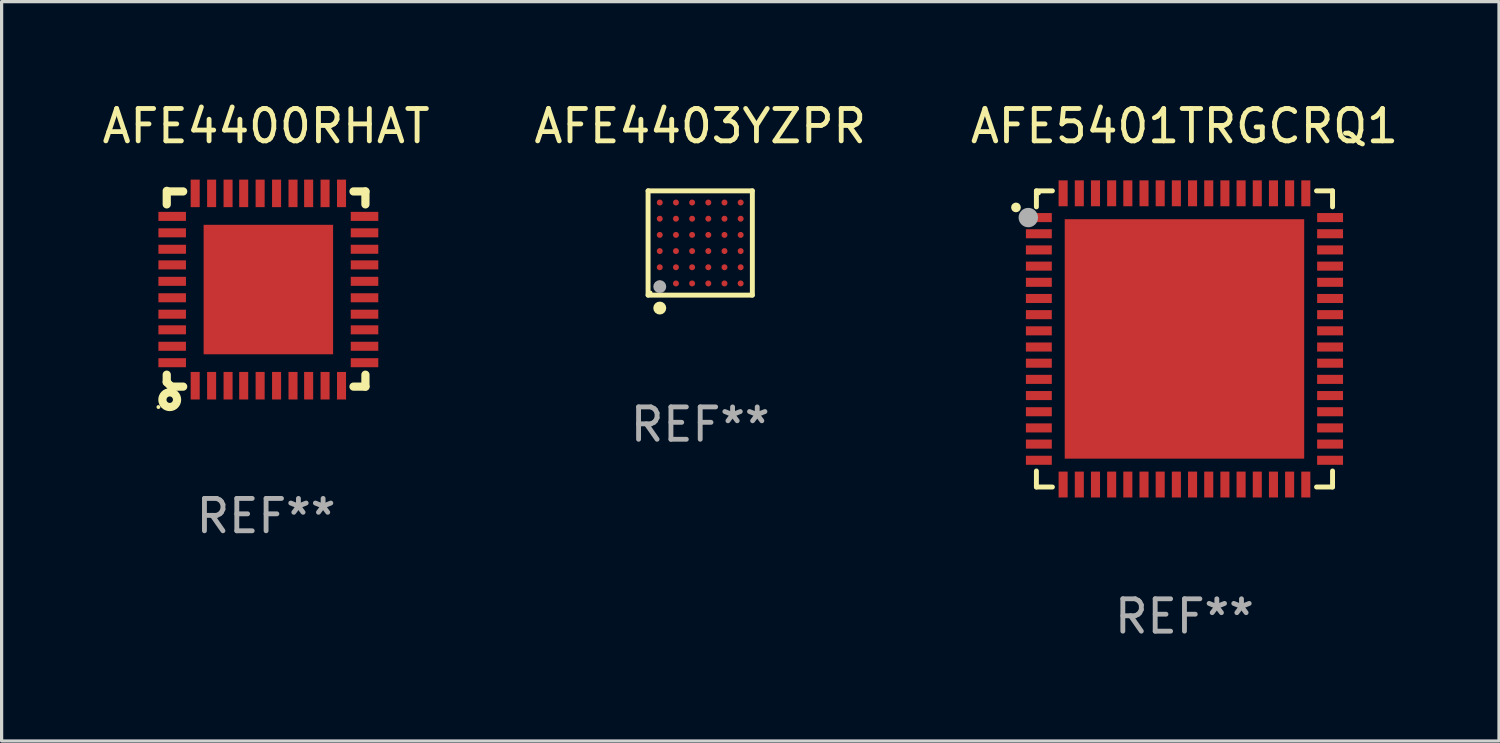
<source format=kicad_pcb>
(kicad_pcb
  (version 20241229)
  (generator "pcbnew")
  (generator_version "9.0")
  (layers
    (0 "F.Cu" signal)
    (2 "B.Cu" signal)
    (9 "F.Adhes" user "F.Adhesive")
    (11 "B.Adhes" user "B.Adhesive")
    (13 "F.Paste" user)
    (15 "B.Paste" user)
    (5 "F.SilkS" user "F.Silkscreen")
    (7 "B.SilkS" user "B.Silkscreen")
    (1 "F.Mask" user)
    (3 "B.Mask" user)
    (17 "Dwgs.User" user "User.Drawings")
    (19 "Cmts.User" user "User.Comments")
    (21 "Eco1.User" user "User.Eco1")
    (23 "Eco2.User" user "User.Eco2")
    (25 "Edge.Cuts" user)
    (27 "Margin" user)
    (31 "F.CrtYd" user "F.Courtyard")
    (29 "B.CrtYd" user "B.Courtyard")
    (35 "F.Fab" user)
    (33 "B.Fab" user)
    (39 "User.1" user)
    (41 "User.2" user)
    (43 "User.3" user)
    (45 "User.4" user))
  (footprint "AFE4403YZPR"
    (layer "F.Cu")
    (at 18.589 4.459)
    (property "Reference" "AFE4403YZPR" (at 0 -3.611 0) (layer "F.SilkS") (effects (font (size 1 1) (thickness 0.15))))
    (attr through_hole)
    (fp_line (start -1.611 -1.611) (end 1.611 -1.611) (stroke (width 0.152) (type solid)) (layer "F.SilkS"))
    (fp_line (start -1.611 1.611) (end -1.611 -1.611) (stroke (width 0.152) (type solid)) (layer "F.SilkS"))
    (fp_line (start 1.611 -1.611) (end 1.611 1.611) (stroke (width 0.152) (type solid)) (layer "F.SilkS"))
    (fp_line (start 1.611 1.611) (end -1.611 1.611) (stroke (width 0.152) (type solid)) (layer "F.SilkS"))
    (fp_circle (center -1.535 1.535) (end -1.505 1.535) (stroke (width 0.06) (type solid)) (fill no) (layer "F.SilkS"))
    (fp_circle (center -1.25 2.011) (end -1.15 2.011) (stroke (width 0.2) (type solid)) (fill no) (layer "F.SilkS"))
    (fp_circle (center -1.25 1.35) (end -1.15 1.35) (stroke (width 0.2) (type solid)) (fill no) (layer "F.Fab"))
    (fp_text user "REF**" (at 0 5.611 0) (layer "F.Fab") (effects (font (size 1 1) (thickness 0.15))))
    (pad "A1" smd circle (at -1.25 1.25) (size 0.184 0.184) (layers "F.Cu" "F.Mask" "F.Paste"))
    (pad "A2" smd circle (at -1.25 0.75) (size 0.184 0.184) (layers "F.Cu" "F.Mask" "F.Paste"))
    (pad "A3" smd circle (at -1.25 0.25) (size 0.184 0.184) (layers "F.Cu" "F.Mask" "F.Paste"))
    (pad "A4" smd circle (at -1.25 -0.25) (size 0.184 0.184) (layers "F.Cu" "F.Mask" "F.Paste"))
    (pad "A5" smd circle (at -1.25 -0.75) (size 0.184 0.184) (layers "F.Cu" "F.Mask" "F.Paste"))
    (pad "A6" smd circle (at -1.25 -1.25) (size 0.184 0.184) (layers "F.Cu" "F.Mask" "F.Paste"))
    (pad "B1" smd circle (at -0.75 1.25) (size 0.184 0.184) (layers "F.Cu" "F.Mask" "F.Paste"))
    (pad "B2" smd circle (at -0.75 0.75) (size 0.184 0.184) (layers "F.Cu" "F.Mask" "F.Paste"))
    (pad "B3" smd circle (at -0.75 0.25) (size 0.184 0.184) (layers "F.Cu" "F.Mask" "F.Paste"))
    (pad "B4" smd circle (at -0.75 -0.25) (size 0.184 0.184) (layers "F.Cu" "F.Mask" "F.Paste"))
    (pad "B5" smd circle (at -0.75 -0.75) (size 0.184 0.184) (layers "F.Cu" "F.Mask" "F.Paste"))
    (pad "B6" smd circle (at -0.75 -1.25) (size 0.184 0.184) (layers "F.Cu" "F.Mask" "F.Paste"))
    (pad "C1" smd circle (at -0.25 1.25) (size 0.184 0.184) (layers "F.Cu" "F.Mask" "F.Paste"))
    (pad "C2" smd circle (at -0.25 0.75) (size 0.184 0.184) (layers "F.Cu" "F.Mask" "F.Paste"))
    (pad "C3" smd circle (at -0.25 0.25) (size 0.184 0.184) (layers "F.Cu" "F.Mask" "F.Paste"))
    (pad "C4" smd circle (at -0.25 -0.25) (size 0.184 0.184) (layers "F.Cu" "F.Mask" "F.Paste"))
    (pad "C5" smd circle (at -0.25 -0.75) (size 0.184 0.184) (layers "F.Cu" "F.Mask" "F.Paste"))
    (pad "C6" smd circle (at -0.25 -1.25) (size 0.184 0.184) (layers "F.Cu" "F.Mask" "F.Paste"))
    (pad "D1" smd circle (at 0.25 1.25) (size 0.184 0.184) (layers "F.Cu" "F.Mask" "F.Paste"))
    (pad "D2" smd circle (at 0.25 0.75) (size 0.184 0.184) (layers "F.Cu" "F.Mask" "F.Paste"))
    (pad "D3" smd circle (at 0.25 0.25) (size 0.184 0.184) (layers "F.Cu" "F.Mask" "F.Paste"))
    (pad "D4" smd circle (at 0.25 -0.25) (size 0.184 0.184) (layers "F.Cu" "F.Mask" "F.Paste"))
    (pad "D5" smd circle (at 0.25 -0.75) (size 0.184 0.184) (layers "F.Cu" "F.Mask" "F.Paste"))
    (pad "D6" smd circle (at 0.25 -1.25) (size 0.184 0.184) (layers "F.Cu" "F.Mask" "F.Paste"))
    (pad "E1" smd circle (at 0.75 1.25) (size 0.184 0.184) (layers "F.Cu" "F.Mask" "F.Paste"))
    (pad "E2" smd circle (at 0.75 0.75) (size 0.184 0.184) (layers "F.Cu" "F.Mask" "F.Paste"))
    (pad "E3" smd circle (at 0.75 0.25) (size 0.184 0.184) (layers "F.Cu" "F.Mask" "F.Paste"))
    (pad "E4" smd circle (at 0.75 -0.25) (size 0.184 0.184) (layers "F.Cu" "F.Mask" "F.Paste"))
    (pad "E5" smd circle (at 0.75 -0.75) (size 0.184 0.184) (layers "F.Cu" "F.Mask" "F.Paste"))
    (pad "E6" smd circle (at 0.75 -1.25) (size 0.184 0.184) (layers "F.Cu" "F.Mask" "F.Paste"))
    (pad "F1" smd circle (at 1.25 1.25) (size 0.184 0.184) (layers "F.Cu" "F.Mask" "F.Paste"))
    (pad "F2" smd circle (at 1.25 0.75) (size 0.184 0.184) (layers "F.Cu" "F.Mask" "F.Paste"))
    (pad "F3" smd circle (at 1.25 0.25) (size 0.184 0.184) (layers "F.Cu" "F.Mask" "F.Paste"))
    (pad "F4" smd circle (at 1.25 -0.25) (size 0.184 0.184) (layers "F.Cu" "F.Mask" "F.Paste"))
    (pad "F5" smd circle (at 1.25 -0.75) (size 0.184 0.184) (layers "F.Cu" "F.Mask" "F.Paste"))
    (pad "F6" smd circle (at 1.25 -1.25) (size 0.184 0.184) (layers "F.Cu" "F.Mask" "F.Paste")))
  (footprint "AFE5401TRGCRQ1"
    (layer "F.Cu")
    (at 33.554 7.424)
    (property "Reference" "AFE5401TRGCRQ1" (at 0 -6.576 0) (layer "F.SilkS") (effects (font (size 1 1) (thickness 0.15))))
    (attr through_hole)
    (fp_line (start -4.576 -4.576) (end -4.576 -4.081) (stroke (width 0.152) (type solid)) (layer "F.SilkS"))
    (fp_line (start -4.576 4.576) (end -4.576 4.081) (stroke (width 0.152) (type solid)) (layer "F.SilkS"))
    (fp_line (start -4.081 -4.576) (end -4.576 -4.576) (stroke (width 0.152) (type solid)) (layer "F.SilkS"))
    (fp_line (start -4.081 4.576) (end -4.576 4.576) (stroke (width 0.152) (type solid)) (layer "F.SilkS"))
    (fp_line (start 4.081 -4.576) (end 4.576 -4.576) (stroke (width 0.152) (type solid)) (layer "F.SilkS"))
    (fp_line (start 4.081 4.576) (end 4.576 4.576) (stroke (width 0.152) (type solid)) (layer "F.SilkS"))
    (fp_line (start 4.576 -4.576) (end 4.576 -4.081) (stroke (width 0.152) (type solid)) (layer "F.SilkS"))
    (fp_line (start 4.576 4.576) (end 4.576 4.081) (stroke (width 0.152) (type solid)) (layer "F.SilkS"))
    (fp_circle (center -5.207 -4.064) (end -5.132 -4.064) (stroke (width 0.15) (type solid)) (fill no) (layer "F.SilkS"))
    (fp_circle (center -4.5 -4.5) (end -4.47 -4.5) (stroke (width 0.06) (type solid)) (fill no) (layer "F.SilkS"))
    (fp_circle (center -4.826 -3.75) (end -4.676 -3.75) (stroke (width 0.3) (type solid)) (fill no) (layer "F.Fab"))
    (fp_text user "REF**" (at 0 8.576 0) (layer "F.Fab") (effects (font (size 1 1) (thickness 0.15))))
    (pad "1" smd rect (at -4.5 -3.75) (size 0.8 0.28) (layers "F.Cu" "F.Mask" "F.Paste"))
    (pad "2" smd rect (at -4.5 -3.25) (size 0.8 0.28) (layers "F.Cu" "F.Mask" "F.Paste"))
    (pad "3" smd rect (at -4.5 -2.75) (size 0.8 0.28) (layers "F.Cu" "F.Mask" "F.Paste"))
    (pad "4" smd rect (at -4.5 -2.25) (size 0.8 0.28) (layers "F.Cu" "F.Mask" "F.Paste"))
    (pad "5" smd rect (at -4.5 -1.75) (size 0.8 0.28) (layers "F.Cu" "F.Mask" "F.Paste"))
    (pad "6" smd rect (at -4.5 -1.25) (size 0.8 0.28) (layers "F.Cu" "F.Mask" "F.Paste"))
    (pad "7" smd rect (at -4.5 -0.75) (size 0.8 0.28) (layers "F.Cu" "F.Mask" "F.Paste"))
    (pad "8" smd rect (at -4.5 -0.25) (size 0.8 0.28) (layers "F.Cu" "F.Mask" "F.Paste"))
    (pad "9" smd rect (at -4.5 0.25) (size 0.8 0.28) (layers "F.Cu" "F.Mask" "F.Paste"))
    (pad "10" smd rect (at -4.5 0.75) (size 0.8 0.28) (layers "F.Cu" "F.Mask" "F.Paste"))
    (pad "11" smd rect (at -4.5 1.25) (size 0.8 0.28) (layers "F.Cu" "F.Mask" "F.Paste"))
    (pad "12" smd rect (at -4.5 1.75) (size 0.8 0.28) (layers "F.Cu" "F.Mask" "F.Paste"))
    (pad "13" smd rect (at -4.5 2.25) (size 0.8 0.28) (layers "F.Cu" "F.Mask" "F.Paste"))
    (pad "14" smd rect (at -4.5 2.75) (size 0.8 0.28) (layers "F.Cu" "F.Mask" "F.Paste"))
    (pad "15" smd rect (at -4.5 3.25) (size 0.8 0.28) (layers "F.Cu" "F.Mask" "F.Paste"))
    (pad "16" smd rect (at -4.5 3.75) (size 0.8 0.28) (layers "F.Cu" "F.Mask" "F.Paste"))
    (pad "17" smd rect (at -3.75 4.5) (size 0.28 0.8) (layers "F.Cu" "F.Mask" "F.Paste"))
    (pad "18" smd rect (at -3.25 4.5) (size 0.28 0.8) (layers "F.Cu" "F.Mask" "F.Paste"))
    (pad "19" smd rect (at -2.75 4.5) (size 0.28 0.8) (layers "F.Cu" "F.Mask" "F.Paste"))
    (pad "20" smd rect (at -2.25 4.5) (size 0.28 0.8) (layers "F.Cu" "F.Mask" "F.Paste"))
    (pad "21" smd rect (at -1.75 4.5) (size 0.28 0.8) (layers "F.Cu" "F.Mask" "F.Paste"))
    (pad "22" smd rect (at -1.25 4.5) (size 0.28 0.8) (layers "F.Cu" "F.Mask" "F.Paste"))
    (pad "23" smd rect (at -0.75 4.5) (size 0.28 0.8) (layers "F.Cu" "F.Mask" "F.Paste"))
    (pad "24" smd rect (at -0.25 4.5) (size 0.28 0.8) (layers "F.Cu" "F.Mask" "F.Paste"))
    (pad "25" smd rect (at 0.25 4.5) (size 0.28 0.8) (layers "F.Cu" "F.Mask" "F.Paste"))
    (pad "26" smd rect (at 0.75 4.5) (size 0.28 0.8) (layers "F.Cu" "F.Mask" "F.Paste"))
    (pad "27" smd rect (at 1.25 4.5) (size 0.28 0.8) (layers "F.Cu" "F.Mask" "F.Paste"))
    (pad "28" smd rect (at 1.75 4.5) (size 0.28 0.8) (layers "F.Cu" "F.Mask" "F.Paste"))
    (pad "29" smd rect (at 2.25 4.5) (size 0.28 0.8) (layers "F.Cu" "F.Mask" "F.Paste"))
    (pad "30" smd rect (at 2.75 4.5) (size 0.28 0.8) (layers "F.Cu" "F.Mask" "F.Paste"))
    (pad "31" smd rect (at 3.25 4.5) (size 0.28 0.8) (layers "F.Cu" "F.Mask" "F.Paste"))
    (pad "32" smd rect (at 3.75 4.5) (size 0.28 0.8) (layers "F.Cu" "F.Mask" "F.Paste"))
    (pad "33" smd rect (at 4.5 3.75) (size 0.8 0.28) (layers "F.Cu" "F.Mask" "F.Paste"))
    (pad "34" smd rect (at 4.5 3.25) (size 0.8 0.28) (layers "F.Cu" "F.Mask" "F.Paste"))
    (pad "35" smd rect (at 4.5 2.75) (size 0.8 0.28) (layers "F.Cu" "F.Mask" "F.Paste"))
    (pad "36" smd rect (at 4.5 2.25) (size 0.8 0.28) (layers "F.Cu" "F.Mask" "F.Paste"))
    (pad "37" smd rect (at 4.5 1.75) (size 0.8 0.28) (layers "F.Cu" "F.Mask" "F.Paste"))
    (pad "38" smd rect (at 4.5 1.25) (size 0.8 0.28) (layers "F.Cu" "F.Mask" "F.Paste"))
    (pad "39" smd rect (at 4.5 0.75) (size 0.8 0.28) (layers "F.Cu" "F.Mask" "F.Paste"))
    (pad "40" smd rect (at 4.5 0.25) (size 0.8 0.28) (layers "F.Cu" "F.Mask" "F.Paste"))
    (pad "41" smd rect (at 4.5 -0.25) (size 0.8 0.28) (layers "F.Cu" "F.Mask" "F.Paste"))
    (pad "42" smd rect (at 4.5 -0.75) (size 0.8 0.28) (layers "F.Cu" "F.Mask" "F.Paste"))
    (pad "43" smd rect (at 4.5 -1.25) (size 0.8 0.28) (layers "F.Cu" "F.Mask" "F.Paste"))
    (pad "44" smd rect (at 4.5 -1.75) (size 0.8 0.28) (layers "F.Cu" "F.Mask" "F.Paste"))
    (pad "45" smd rect (at 4.5 -2.25) (size 0.8 0.28) (layers "F.Cu" "F.Mask" "F.Paste"))
    (pad "46" smd rect (at 4.5 -2.75) (size 0.8 0.28) (layers "F.Cu" "F.Mask" "F.Paste"))
    (pad "47" smd rect (at 4.5 -3.25) (size 0.8 0.28) (layers "F.Cu" "F.Mask" "F.Paste"))
    (pad "48" smd rect (at 4.5 -3.75) (size 0.8 0.28) (layers "F.Cu" "F.Mask" "F.Paste"))
    (pad "49" smd rect (at 3.75 -4.5) (size 0.28 0.8) (layers "F.Cu" "F.Mask" "F.Paste"))
    (pad "50" smd rect (at 3.25 -4.5) (size 0.28 0.8) (layers "F.Cu" "F.Mask" "F.Paste"))
    (pad "51" smd rect (at 2.75 -4.5) (size 0.28 0.8) (layers "F.Cu" "F.Mask" "F.Paste"))
    (pad "52" smd rect (at 2.25 -4.5) (size 0.28 0.8) (layers "F.Cu" "F.Mask" "F.Paste"))
    (pad "53" smd rect (at 1.75 -4.5) (size 0.28 0.8) (layers "F.Cu" "F.Mask" "F.Paste"))
    (pad "54" smd rect (at 1.25 -4.5) (size 0.28 0.8) (layers "F.Cu" "F.Mask" "F.Paste"))
    (pad "55" smd rect (at 0.75 -4.5) (size 0.28 0.8) (layers "F.Cu" "F.Mask" "F.Paste"))
    (pad "56" smd rect (at 0.25 -4.5) (size 0.28 0.8) (layers "F.Cu" "F.Mask" "F.Paste"))
    (pad "57" smd rect (at -0.25 -4.5) (size 0.28 0.8) (layers "F.Cu" "F.Mask" "F.Paste"))
    (pad "58" smd rect (at -0.75 -4.5) (size 0.28 0.8) (layers "F.Cu" "F.Mask" "F.Paste"))
    (pad "59" smd rect (at -1.25 -4.5) (size 0.28 0.8) (layers "F.Cu" "F.Mask" "F.Paste"))
    (pad "60" smd rect (at -1.75 -4.5) (size 0.28 0.8) (layers "F.Cu" "F.Mask" "F.Paste"))
    (pad "61" smd rect (at -2.25 -4.5) (size 0.28 0.8) (layers "F.Cu" "F.Mask" "F.Paste"))
    (pad "62" smd rect (at -2.75 -4.5) (size 0.28 0.8) (layers "F.Cu" "F.Mask" "F.Paste"))
    (pad "63" smd rect (at -3.25 -4.5) (size 0.28 0.8) (layers "F.Cu" "F.Mask" "F.Paste"))
    (pad "64" smd rect (at -3.75 -4.5) (size 0.28 0.8) (layers "F.Cu" "F.Mask" "F.Paste"))
    (pad "65" smd rect (at 0 0) (size 7.4 7.4) (layers "F.Cu" "F.Mask" "F.Paste")))
  (footprint "AFE4400RHAT"
    (layer "F.Cu")
    (at 5.173 5.873)
    (property "Reference" "AFE4400RHAT" (at 0 -5.025 0) (layer "F.SilkS") (effects (font (size 1 1) (thickness 0.15))))
    (attr through_hole)
    (fp_line (start -3.07 -3.025) (end -3.07 -2.607) (stroke (width 0.254) (type solid)) (layer "F.SilkS"))
    (fp_line (start -3.07 2.656) (end -3.07 2.885) (stroke (width 0.254) (type solid)) (layer "F.SilkS"))
    (fp_line (start -3.07 2.885) (end -2.93 3.025) (stroke (width 0.254) (type solid)) (layer "F.SilkS"))
    (fp_line (start -3.005 -3.007) (end -2.562 -3.007) (stroke (width 0.254) (type solid)) (layer "F.SilkS"))
    (fp_line (start -2.93 3.025) (end -2.562 3.025) (stroke (width 0.254) (type solid)) (layer "F.SilkS"))
    (fp_line (start 2.701 -3.007) (end 3.07 -3.007) (stroke (width 0.254) (type solid)) (layer "F.SilkS"))
    (fp_line (start 2.701 3.025) (end 3.07 3.025) (stroke (width 0.254) (type solid)) (layer "F.SilkS"))
    (fp_line (start 3.07 -2.607) (end 3.07 -3.007) (stroke (width 0.254) (type solid)) (layer "F.SilkS"))
    (fp_line (start 3.07 3.025) (end 3.07 2.656) (stroke (width 0.254) (type solid)) (layer "F.SilkS"))
    (fp_circle (center -3.327 3.656) (end -3.297 3.656) (stroke (width 0.06) (type solid)) (fill no) (layer "F.SilkS"))
    (fp_circle (center -2.978 3.429) (end -2.878 3.429) (stroke (width 0.254) (type solid)) (fill no) (layer "F.SilkS"))
    (fp_text user "REF**" (at 0 7.025 0) (layer "F.Fab") (effects (font (size 1 1) (thickness 0.15))))
    (pad "1" smd rect (at -2.191 2.997 90) (size 0.851 0.279) (layers "F.Cu" "F.Mask" "F.Paste"))
    (pad "2" smd rect (at -1.683 2.997 90) (size 0.851 0.279) (layers "F.Cu" "F.Mask" "F.Paste"))
    (pad "3" smd rect (at -1.175 2.997 90) (size 0.851 0.279) (layers "F.Cu" "F.Mask" "F.Paste"))
    (pad "4" smd rect (at -0.692 2.997 90) (size 0.851 0.279) (layers "F.Cu" "F.Mask" "F.Paste"))
    (pad "5" smd rect (at -0.184 2.997 90) (size 0.851 0.279) (layers "F.Cu" "F.Mask" "F.Paste"))
    (pad "6" smd rect (at 0.324 2.997 90) (size 0.851 0.279) (layers "F.Cu" "F.Mask" "F.Paste"))
    (pad "7" smd rect (at 0.832 2.997 90) (size 0.851 0.279) (layers "F.Cu" "F.Mask" "F.Paste"))
    (pad "8" smd rect (at 1.315 2.997 90) (size 0.851 0.279) (layers "F.Cu" "F.Mask" "F.Paste"))
    (pad "9" smd rect (at 1.823 2.997 90) (size 0.851 0.279) (layers "F.Cu" "F.Mask" "F.Paste"))
    (pad "10" smd rect (at 2.331 2.997 90) (size 0.851 0.279) (layers "F.Cu" "F.Mask" "F.Paste"))
    (pad "11" smd rect (at 3.042 2.286 180) (size 0.851 0.279) (layers "F.Cu" "F.Mask" "F.Paste"))
    (pad "12" smd rect (at 3.042 1.778 180) (size 0.851 0.279) (layers "F.Cu" "F.Mask" "F.Paste"))
    (pad "13" smd rect (at 3.042 1.27 180) (size 0.851 0.279) (layers "F.Cu" "F.Mask" "F.Paste"))
    (pad "14" smd rect (at 3.042 0.787 180) (size 0.851 0.279) (layers "F.Cu" "F.Mask" "F.Paste"))
    (pad "15" smd rect (at 3.042 0.279 180) (size 0.851 0.279) (layers "F.Cu" "F.Mask" "F.Paste"))
    (pad "16" smd rect (at 3.042 -0.229 180) (size 0.851 0.279) (layers "F.Cu" "F.Mask" "F.Paste"))
    (pad "17" smd rect (at 3.042 -0.737 180) (size 0.851 0.279) (layers "F.Cu" "F.Mask" "F.Paste"))
    (pad "18" smd rect (at 3.042 -1.22 180) (size 0.851 0.279) (layers "F.Cu" "F.Mask" "F.Paste"))
    (pad "19" smd rect (at 3.042 -1.728 180) (size 0.851 0.279) (layers "F.Cu" "F.Mask" "F.Paste"))
    (pad "20" smd rect (at 3.042 -2.236 180) (size 0.851 0.279) (layers "F.Cu" "F.Mask" "F.Paste"))
    (pad "21" smd rect (at 2.331 -2.947 270) (size 0.851 0.279) (layers "F.Cu" "F.Mask" "F.Paste"))
    (pad "22" smd rect (at 1.823 -2.947 270) (size 0.851 0.279) (layers "F.Cu" "F.Mask" "F.Paste"))
    (pad "23" smd rect (at 1.315 -2.947 270) (size 0.851 0.279) (layers "F.Cu" "F.Mask" "F.Paste"))
    (pad "24" smd rect (at 0.832 -2.947 270) (size 0.851 0.279) (layers "F.Cu" "F.Mask" "F.Paste"))
    (pad "25" smd rect (at 0.324 -2.947 270) (size 0.851 0.279) (layers "F.Cu" "F.Mask" "F.Paste"))
    (pad "26" smd rect (at -0.184 -2.947 270) (size 0.851 0.279) (layers "F.Cu" "F.Mask" "F.Paste"))
    (pad "27" smd rect (at -0.692 -2.947 270) (size 0.851 0.279) (layers "F.Cu" "F.Mask" "F.Paste"))
    (pad "28" smd rect (at -1.175 -2.947 270) (size 0.851 0.279) (layers "F.Cu" "F.Mask" "F.Paste"))
    (pad "29" smd rect (at -1.683 -2.947 270) (size 0.851 0.279) (layers "F.Cu" "F.Mask" "F.Paste"))
    (pad "30" smd rect (at -2.191 -2.947 270) (size 0.851 0.279) (layers "F.Cu" "F.Mask" "F.Paste"))
    (pad "31" smd rect (at -2.902 -2.236) (size 0.851 0.279) (layers "F.Cu" "F.Mask" "F.Paste"))
    (pad "32" smd rect (at -2.902 -1.728) (size 0.851 0.279) (layers "F.Cu" "F.Mask" "F.Paste"))
    (pad "33" smd rect (at -2.902 -1.22) (size 0.851 0.279) (layers "F.Cu" "F.Mask" "F.Paste"))
    (pad "34" smd rect (at -2.902 -0.737) (size 0.851 0.279) (layers "F.Cu" "F.Mask" "F.Paste"))
    (pad "35" smd rect (at -2.902 -0.229) (size 0.851 0.279) (layers "F.Cu" "F.Mask" "F.Paste"))
    (pad "36" smd rect (at -2.902 0.279) (size 0.851 0.279) (layers "F.Cu" "F.Mask" "F.Paste"))
    (pad "37" smd rect (at -2.902 0.787) (size 0.851 0.279) (layers "F.Cu" "F.Mask" "F.Paste"))
    (pad "38" smd rect (at -2.902 1.27) (size 0.851 0.279) (layers "F.Cu" "F.Mask" "F.Paste"))
    (pad "39" smd rect (at -2.902 1.778) (size 0.851 0.279) (layers "F.Cu" "F.Mask" "F.Paste"))
    (pad "40" smd rect (at -2.902 2.286) (size 0.851 0.279) (layers "F.Cu" "F.Mask" "F.Paste"))
    (pad "41" smd rect (at 0.07 0.025 90) (size 4.001 4.001) (layers "F.Cu" "F.Mask" "F.Paste")))
  (gr_rect
    (start -3 -3)
    (end 43.274 19.849)
    (stroke (width 0.1) (type default))
    (fill no)
    (layer "Edge.Cuts")))
</source>
